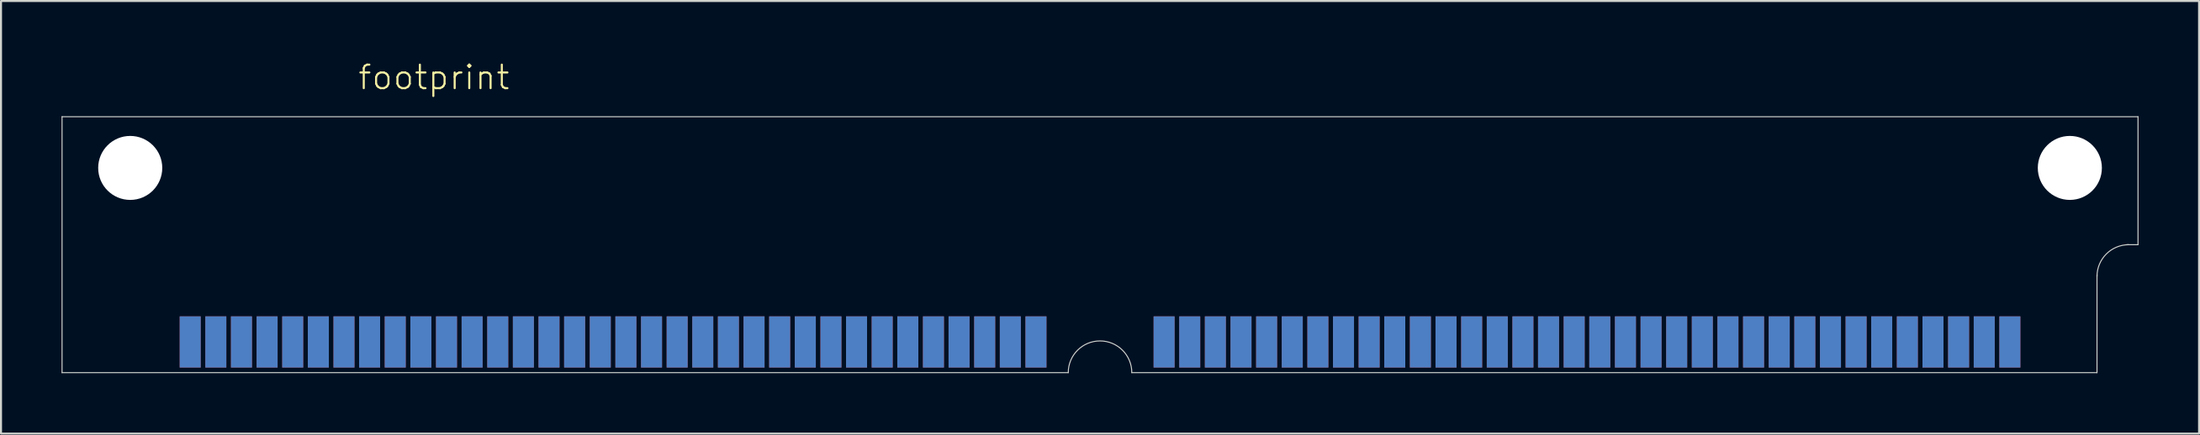
<source format=kicad_pcb>
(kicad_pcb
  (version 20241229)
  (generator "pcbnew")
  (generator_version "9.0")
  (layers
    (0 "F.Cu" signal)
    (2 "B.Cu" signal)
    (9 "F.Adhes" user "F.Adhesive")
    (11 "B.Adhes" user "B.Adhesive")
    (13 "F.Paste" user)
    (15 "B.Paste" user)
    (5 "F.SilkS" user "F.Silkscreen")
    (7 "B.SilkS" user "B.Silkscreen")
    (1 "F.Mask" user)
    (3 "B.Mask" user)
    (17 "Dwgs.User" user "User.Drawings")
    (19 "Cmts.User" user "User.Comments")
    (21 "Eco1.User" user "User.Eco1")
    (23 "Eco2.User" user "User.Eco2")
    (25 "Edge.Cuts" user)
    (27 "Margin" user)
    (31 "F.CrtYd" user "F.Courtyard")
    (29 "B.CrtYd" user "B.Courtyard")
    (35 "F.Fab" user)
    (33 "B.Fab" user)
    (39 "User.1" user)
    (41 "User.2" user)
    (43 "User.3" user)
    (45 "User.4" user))
  (footprint "footprint"
    (layer "F.Cu")
    (at 51.46 5.283)
    (property "Reference" "footprint" (at -36.83 -3.81 0) (layer "F.SilkS") (effects (font (size 1.168 1.168) (thickness 0.102)) (justify left bottom)))
    (fp_line (start -51.435 -2.54) (end -51.435 10.16) (stroke (width 0.05) (type solid)) (layer "Edge.Cuts"))
    (fp_line (start -51.435 10.16) (end -1.575 10.16) (stroke (width 0.05) (type solid)) (layer "Edge.Cuts"))
    (fp_line (start 1.575 10.16) (end 49.403 10.16) (stroke (width 0.05) (type solid)) (layer "Edge.Cuts"))
    (fp_line (start 49.403 10.16) (end 49.403 5.309) (stroke (width 0.05) (type solid)) (layer "Edge.Cuts"))
    (fp_line (start 51.435 -2.54) (end -51.435 -2.54) (stroke (width 0.05) (type solid)) (layer "Edge.Cuts"))
    (fp_line (start 51.435 3.81) (end 50.876 3.81) (stroke (width 0.05) (type solid)) (layer "Edge.Cuts"))
    (fp_line (start 51.435 3.81) (end 51.435 -2.54) (stroke (width 0.05) (type solid)) (layer "Edge.Cuts"))
    (fp_arc (start -1.5748 10.16) (mid 0 8.5852) (end 1.5748 10.16) (stroke (width 0.05) (type solid)) (layer "Edge.Cuts"))
    (fp_arc (start 49.403 5.3848) (mid 49.864248 4.271248) (end 50.9778 3.81) (stroke (width 0.05) (type solid)) (layer "Edge.Cuts"))
    (pad "" np_thru_hole circle (at -48.057 0) (size 3.175 3.175) (drill 3.175) (layers "*.Cu" "*.Mask"))
    (pad "" np_thru_hole circle (at 48.057 0) (size 3.175 3.175) (drill 3.175) (layers "*.Cu" "*.Mask"))
    (pad "1" smd rect (at 45.085 8.636) (size 1.041 2.54) (layers "F.Cu" "F.Mask" "F.Paste"))
    (pad "2" smd rect (at 43.815 8.636) (size 1.041 2.54) (layers "F.Cu" "F.Mask" "F.Paste"))
    (pad "3" smd rect (at 42.545 8.636) (size 1.041 2.54) (layers "F.Cu" "F.Mask" "F.Paste"))
    (pad "4" smd rect (at 41.275 8.636) (size 1.041 2.54) (layers "F.Cu" "F.Mask" "F.Paste"))
    (pad "5" smd rect (at 40.005 8.636) (size 1.041 2.54) (layers "F.Cu" "F.Mask" "F.Paste"))
    (pad "6" smd rect (at 38.735 8.636) (size 1.041 2.54) (layers "F.Cu" "F.Mask" "F.Paste"))
    (pad "7" smd rect (at 37.465 8.636) (size 1.041 2.54) (layers "F.Cu" "F.Mask" "F.Paste"))
    (pad "8" smd rect (at 36.195 8.636) (size 1.041 2.54) (layers "F.Cu" "F.Mask" "F.Paste"))
    (pad "9" smd rect (at 34.925 8.636) (size 1.041 2.54) (layers "F.Cu" "F.Mask" "F.Paste"))
    (pad "10" smd rect (at 33.655 8.636) (size 1.041 2.54) (layers "F.Cu" "F.Mask" "F.Paste"))
    (pad "11" smd rect (at 32.385 8.636) (size 1.041 2.54) (layers "F.Cu" "F.Mask" "F.Paste"))
    (pad "12" smd rect (at 31.115 8.636) (size 1.041 2.54) (layers "F.Cu" "F.Mask" "F.Paste"))
    (pad "13" smd rect (at 29.845 8.636) (size 1.041 2.54) (layers "F.Cu" "F.Mask" "F.Paste"))
    (pad "14" smd rect (at 28.575 8.636) (size 1.041 2.54) (layers "F.Cu" "F.Mask" "F.Paste"))
    (pad "15" smd rect (at 27.305 8.636) (size 1.041 2.54) (layers "F.Cu" "F.Mask" "F.Paste"))
    (pad "16" smd rect (at 26.035 8.636) (size 1.041 2.54) (layers "F.Cu" "F.Mask" "F.Paste"))
    (pad "17" smd rect (at 24.765 8.636) (size 1.041 2.54) (layers "F.Cu" "F.Mask" "F.Paste"))
    (pad "18" smd rect (at 23.495 8.636) (size 1.041 2.54) (layers "F.Cu" "F.Mask" "F.Paste"))
    (pad "19" smd rect (at 22.225 8.636) (size 1.041 2.54) (layers "F.Cu" "F.Mask" "F.Paste"))
    (pad "20" smd rect (at 20.955 8.636) (size 1.041 2.54) (layers "F.Cu" "F.Mask" "F.Paste"))
    (pad "21" smd rect (at 19.685 8.636) (size 1.041 2.54) (layers "F.Cu" "F.Mask" "F.Paste"))
    (pad "22" smd rect (at 18.415 8.636) (size 1.041 2.54) (layers "F.Cu" "F.Mask" "F.Paste"))
    (pad "23" smd rect (at 17.145 8.636) (size 1.041 2.54) (layers "F.Cu" "F.Mask" "F.Paste"))
    (pad "24" smd rect (at 15.875 8.636) (size 1.041 2.54) (layers "F.Cu" "F.Mask" "F.Paste"))
    (pad "25" smd rect (at 14.605 8.636) (size 1.041 2.54) (layers "F.Cu" "F.Mask" "F.Paste"))
    (pad "26" smd rect (at 13.335 8.636) (size 1.041 2.54) (layers "F.Cu" "F.Mask" "F.Paste"))
    (pad "27" smd rect (at 12.065 8.636) (size 1.041 2.54) (layers "F.Cu" "F.Mask" "F.Paste"))
    (pad "28" smd rect (at 10.795 8.636) (size 1.041 2.54) (layers "F.Cu" "F.Mask" "F.Paste"))
    (pad "29" smd rect (at 9.525 8.636) (size 1.041 2.54) (layers "F.Cu" "F.Mask" "F.Paste"))
    (pad "30" smd rect (at 8.255 8.636) (size 1.041 2.54) (layers "F.Cu" "F.Mask" "F.Paste"))
    (pad "31" smd rect (at 6.985 8.636) (size 1.041 2.54) (layers "F.Cu" "F.Mask" "F.Paste"))
    (pad "32" smd rect (at 5.715 8.636) (size 1.041 2.54) (layers "F.Cu" "F.Mask" "F.Paste"))
    (pad "33" smd rect (at 4.445 8.636) (size 1.041 2.54) (layers "F.Cu" "F.Mask" "F.Paste"))
    (pad "34" smd rect (at 3.175 8.636) (size 1.041 2.54) (layers "F.Cu" "F.Mask" "F.Paste"))
    (pad "35" smd rect (at -3.175 8.636) (size 1.041 2.54) (layers "F.Cu" "F.Mask" "F.Paste"))
    (pad "36" smd rect (at -4.445 8.636) (size 1.041 2.54) (layers "F.Cu" "F.Mask" "F.Paste"))
    (pad "37" smd rect (at -5.715 8.636) (size 1.041 2.54) (layers "F.Cu" "F.Mask" "F.Paste"))
    (pad "38" smd rect (at -6.985 8.636) (size 1.041 2.54) (layers "F.Cu" "F.Mask" "F.Paste"))
    (pad "39" smd rect (at -8.255 8.636) (size 1.041 2.54) (layers "F.Cu" "F.Mask" "F.Paste"))
    (pad "40" smd rect (at -9.525 8.636) (size 1.041 2.54) (layers "F.Cu" "F.Mask" "F.Paste"))
    (pad "41" smd rect (at -10.795 8.636) (size 1.041 2.54) (layers "F.Cu" "F.Mask" "F.Paste"))
    (pad "42" smd rect (at -12.065 8.636) (size 1.041 2.54) (layers "F.Cu" "F.Mask" "F.Paste"))
    (pad "43" smd rect (at -13.335 8.636) (size 1.041 2.54) (layers "F.Cu" "F.Mask" "F.Paste"))
    (pad "44" smd rect (at -14.605 8.636) (size 1.041 2.54) (layers "F.Cu" "F.Mask" "F.Paste"))
    (pad "45" smd rect (at -15.875 8.636) (size 1.041 2.54) (layers "F.Cu" "F.Mask" "F.Paste"))
    (pad "46" smd rect (at -17.145 8.636) (size 1.041 2.54) (layers "F.Cu" "F.Mask" "F.Paste"))
    (pad "47" smd rect (at -18.415 8.636) (size 1.041 2.54) (layers "F.Cu" "F.Mask" "F.Paste"))
    (pad "48" smd rect (at -19.685 8.636) (size 1.041 2.54) (layers "F.Cu" "F.Mask" "F.Paste"))
    (pad "49" smd rect (at -20.955 8.636) (size 1.041 2.54) (layers "F.Cu" "F.Mask" "F.Paste"))
    (pad "50" smd rect (at -22.225 8.636) (size 1.041 2.54) (layers "F.Cu" "F.Mask" "F.Paste"))
    (pad "51" smd rect (at -23.495 8.636) (size 1.041 2.54) (layers "F.Cu" "F.Mask" "F.Paste"))
    (pad "52" smd rect (at -24.765 8.636) (size 1.041 2.54) (layers "F.Cu" "F.Mask" "F.Paste"))
    (pad "53" smd rect (at -26.035 8.636) (size 1.041 2.54) (layers "F.Cu" "F.Mask" "F.Paste"))
    (pad "54" smd rect (at -27.305 8.636) (size 1.041 2.54) (layers "F.Cu" "F.Mask" "F.Paste"))
    (pad "55" smd rect (at -28.575 8.636) (size 1.041 2.54) (layers "F.Cu" "F.Mask" "F.Paste"))
    (pad "56" smd rect (at -29.845 8.636) (size 1.041 2.54) (layers "F.Cu" "F.Mask" "F.Paste"))
    (pad "57" smd rect (at -31.115 8.636) (size 1.041 2.54) (layers "F.Cu" "F.Mask" "F.Paste"))
    (pad "58" smd rect (at -32.385 8.636) (size 1.041 2.54) (layers "F.Cu" "F.Mask" "F.Paste"))
    (pad "59" smd rect (at -33.655 8.636) (size 1.041 2.54) (layers "F.Cu" "F.Mask" "F.Paste"))
    (pad "60" smd rect (at -34.925 8.636) (size 1.041 2.54) (layers "F.Cu" "F.Mask" "F.Paste"))
    (pad "61" smd rect (at -36.195 8.636) (size 1.041 2.54) (layers "F.Cu" "F.Mask" "F.Paste"))
    (pad "62" smd rect (at -37.465 8.636) (size 1.041 2.54) (layers "F.Cu" "F.Mask" "F.Paste"))
    (pad "63" smd rect (at -38.735 8.636) (size 1.041 2.54) (layers "F.Cu" "F.Mask" "F.Paste"))
    (pad "64" smd rect (at -40.005 8.636) (size 1.041 2.54) (layers "F.Cu" "F.Mask" "F.Paste"))
    (pad "65" smd rect (at -41.275 8.636) (size 1.041 2.54) (layers "F.Cu" "F.Mask" "F.Paste"))
    (pad "66" smd rect (at -42.545 8.636) (size 1.041 2.54) (layers "F.Cu" "F.Mask" "F.Paste"))
    (pad "67" smd rect (at -43.815 8.636) (size 1.041 2.54) (layers "F.Cu" "F.Mask" "F.Paste"))
    (pad "68" smd rect (at -45.085 8.636) (size 1.041 2.54) (layers "F.Cu" "F.Mask" "F.Paste"))
    (pad "69" smd rect (at 45.085 8.636) (size 1.041 2.54) (layers "B.Cu" "B.Mask" "B.Paste"))
    (pad "70" smd rect (at 43.815 8.636) (size 1.041 2.54) (layers "B.Cu" "B.Mask" "B.Paste"))
    (pad "71" smd rect (at 42.545 8.636) (size 1.041 2.54) (layers "B.Cu" "B.Mask" "B.Paste"))
    (pad "72" smd rect (at 41.275 8.636) (size 1.041 2.54) (layers "B.Cu" "B.Mask" "B.Paste"))
    (pad "73" smd rect (at 40.005 8.636) (size 1.041 2.54) (layers "B.Cu" "B.Mask" "B.Paste"))
    (pad "74" smd rect (at 38.735 8.636) (size 1.041 2.54) (layers "B.Cu" "B.Mask" "B.Paste"))
    (pad "75" smd rect (at 37.465 8.636) (size 1.041 2.54) (layers "B.Cu" "B.Mask" "B.Paste"))
    (pad "76" smd rect (at 36.195 8.636) (size 1.041 2.54) (layers "B.Cu" "B.Mask" "B.Paste"))
    (pad "77" smd rect (at 34.925 8.636) (size 1.041 2.54) (layers "B.Cu" "B.Mask" "B.Paste"))
    (pad "78" smd rect (at 33.655 8.636) (size 1.041 2.54) (layers "B.Cu" "B.Mask" "B.Paste"))
    (pad "79" smd rect (at 32.385 8.636) (size 1.041 2.54) (layers "B.Cu" "B.Mask" "B.Paste"))
    (pad "80" smd rect (at 31.115 8.636) (size 1.041 2.54) (layers "B.Cu" "B.Mask" "B.Paste"))
    (pad "81" smd rect (at 29.845 8.636) (size 1.041 2.54) (layers "B.Cu" "B.Mask" "B.Paste"))
    (pad "82" smd rect (at 28.575 8.636) (size 1.041 2.54) (layers "B.Cu" "B.Mask" "B.Paste"))
    (pad "83" smd rect (at 27.305 8.636) (size 1.041 2.54) (layers "B.Cu" "B.Mask" "B.Paste"))
    (pad "84" smd rect (at 26.035 8.636) (size 1.041 2.54) (layers "B.Cu" "B.Mask" "B.Paste"))
    (pad "85" smd rect (at 24.765 8.636) (size 1.041 2.54) (layers "B.Cu" "B.Mask" "B.Paste"))
    (pad "86" smd rect (at 23.495 8.636) (size 1.041 2.54) (layers "B.Cu" "B.Mask" "B.Paste"))
    (pad "87" smd rect (at 22.225 8.636) (size 1.041 2.54) (layers "B.Cu" "B.Mask" "B.Paste"))
    (pad "88" smd rect (at 20.955 8.636) (size 1.041 2.54) (layers "B.Cu" "B.Mask" "B.Paste"))
    (pad "89" smd rect (at 19.685 8.636) (size 1.041 2.54) (layers "B.Cu" "B.Mask" "B.Paste"))
    (pad "90" smd rect (at 18.415 8.636) (size 1.041 2.54) (layers "B.Cu" "B.Mask" "B.Paste"))
    (pad "91" smd rect (at 17.145 8.636) (size 1.041 2.54) (layers "B.Cu" "B.Mask" "B.Paste"))
    (pad "92" smd rect (at 15.875 8.636) (size 1.041 2.54) (layers "B.Cu" "B.Mask" "B.Paste"))
    (pad "93" smd rect (at 14.605 8.636) (size 1.041 2.54) (layers "B.Cu" "B.Mask" "B.Paste"))
    (pad "94" smd rect (at 13.335 8.636) (size 1.041 2.54) (layers "B.Cu" "B.Mask" "B.Paste"))
    (pad "95" smd rect (at 12.065 8.636) (size 1.041 2.54) (layers "B.Cu" "B.Mask" "B.Paste"))
    (pad "96" smd rect (at 10.795 8.636) (size 1.041 2.54) (layers "B.Cu" "B.Mask" "B.Paste"))
    (pad "97" smd rect (at 9.525 8.636) (size 1.041 2.54) (layers "B.Cu" "B.Mask" "B.Paste"))
    (pad "98" smd rect (at 8.255 8.636) (size 1.041 2.54) (layers "B.Cu" "B.Mask" "B.Paste"))
    (pad "99" smd rect (at 6.985 8.636) (size 1.041 2.54) (layers "B.Cu" "B.Mask" "B.Paste"))
    (pad "100" smd rect (at 5.715 8.636) (size 1.041 2.54) (layers "B.Cu" "B.Mask" "B.Paste"))
    (pad "101" smd rect (at 4.445 8.636) (size 1.041 2.54) (layers "B.Cu" "B.Mask" "B.Paste"))
    (pad "102" smd rect (at 3.175 8.636) (size 1.041 2.54) (layers "B.Cu" "B.Mask" "B.Paste"))
    (pad "103" smd rect (at -3.175 8.636) (size 1.041 2.54) (layers "B.Cu" "B.Mask" "B.Paste"))
    (pad "104" smd rect (at -4.445 8.636) (size 1.041 2.54) (layers "B.Cu" "B.Mask" "B.Paste"))
    (pad "105" smd rect (at -5.715 8.636) (size 1.041 2.54) (layers "B.Cu" "B.Mask" "B.Paste"))
    (pad "106" smd rect (at -6.985 8.636) (size 1.041 2.54) (layers "B.Cu" "B.Mask" "B.Paste"))
    (pad "107" smd rect (at -8.255 8.636) (size 1.041 2.54) (layers "B.Cu" "B.Mask" "B.Paste"))
    (pad "108" smd rect (at -9.525 8.636) (size 1.041 2.54) (layers "B.Cu" "B.Mask" "B.Paste"))
    (pad "109" smd rect (at -10.795 8.636) (size 1.041 2.54) (layers "B.Cu" "B.Mask" "B.Paste"))
    (pad "110" smd rect (at -12.065 8.636) (size 1.041 2.54) (layers "B.Cu" "B.Mask" "B.Paste"))
    (pad "111" smd rect (at -13.335 8.636) (size 1.041 2.54) (layers "B.Cu" "B.Mask" "B.Paste"))
    (pad "112" smd rect (at -14.605 8.636) (size 1.041 2.54) (layers "B.Cu" "B.Mask" "B.Paste"))
    (pad "113" smd rect (at -15.875 8.636) (size 1.041 2.54) (layers "B.Cu" "B.Mask" "B.Paste"))
    (pad "114" smd rect (at -17.145 8.636) (size 1.041 2.54) (layers "B.Cu" "B.Mask" "B.Paste"))
    (pad "115" smd rect (at -18.415 8.636) (size 1.041 2.54) (layers "B.Cu" "B.Mask" "B.Paste"))
    (pad "116" smd rect (at -19.685 8.636) (size 1.041 2.54) (layers "B.Cu" "B.Mask" "B.Paste"))
    (pad "117" smd rect (at -20.955 8.636) (size 1.041 2.54) (layers "B.Cu" "B.Mask" "B.Paste"))
    (pad "118" smd rect (at -22.225 8.636) (size 1.041 2.54) (layers "B.Cu" "B.Mask" "B.Paste"))
    (pad "119" smd rect (at -23.495 8.636) (size 1.041 2.54) (layers "B.Cu" "B.Mask" "B.Paste"))
    (pad "120" smd rect (at -24.765 8.636) (size 1.041 2.54) (layers "B.Cu" "B.Mask" "B.Paste"))
    (pad "121" smd rect (at -26.035 8.636) (size 1.041 2.54) (layers "B.Cu" "B.Mask" "B.Paste"))
    (pad "122" smd rect (at -27.305 8.636) (size 1.041 2.54) (layers "B.Cu" "B.Mask" "B.Paste"))
    (pad "123" smd rect (at -28.575 8.636) (size 1.041 2.54) (layers "B.Cu" "B.Mask" "B.Paste"))
    (pad "124" smd rect (at -29.845 8.636) (size 1.041 2.54) (layers "B.Cu" "B.Mask" "B.Paste"))
    (pad "125" smd rect (at -31.115 8.636) (size 1.041 2.54) (layers "B.Cu" "B.Mask" "B.Paste"))
    (pad "126" smd rect (at -32.385 8.636) (size 1.041 2.54) (layers "B.Cu" "B.Mask" "B.Paste"))
    (pad "127" smd rect (at -33.655 8.636) (size 1.041 2.54) (layers "B.Cu" "B.Mask" "B.Paste"))
    (pad "128" smd rect (at -34.925 8.636) (size 1.041 2.54) (layers "B.Cu" "B.Mask" "B.Paste"))
    (pad "129" smd rect (at -36.195 8.636) (size 1.041 2.54) (layers "B.Cu" "B.Mask" "B.Paste"))
    (pad "130" smd rect (at -37.465 8.636) (size 1.041 2.54) (layers "B.Cu" "B.Mask" "B.Paste"))
    (pad "131" smd rect (at -38.735 8.636) (size 1.041 2.54) (layers "B.Cu" "B.Mask" "B.Paste"))
    (pad "132" smd rect (at -40.005 8.636) (size 1.041 2.54) (layers "B.Cu" "B.Mask" "B.Paste"))
    (pad "133" smd rect (at -41.275 8.636) (size 1.041 2.54) (layers "B.Cu" "B.Mask" "B.Paste"))
    (pad "134" smd rect (at -42.545 8.636) (size 1.041 2.54) (layers "B.Cu" "B.Mask" "B.Paste"))
    (pad "135" smd rect (at -43.815 8.636) (size 1.041 2.54) (layers "B.Cu" "B.Mask" "B.Paste"))
    (pad "136" smd rect (at -45.085 8.636) (size 1.041 2.54) (layers "B.Cu" "B.Mask" "B.Paste")))
  (gr_rect
    (start -3 -3)
    (end 105.92 18.468)
    (stroke (width 0.1) (type default))
    (fill no)
    (layer "Edge.Cuts")))
</source>
